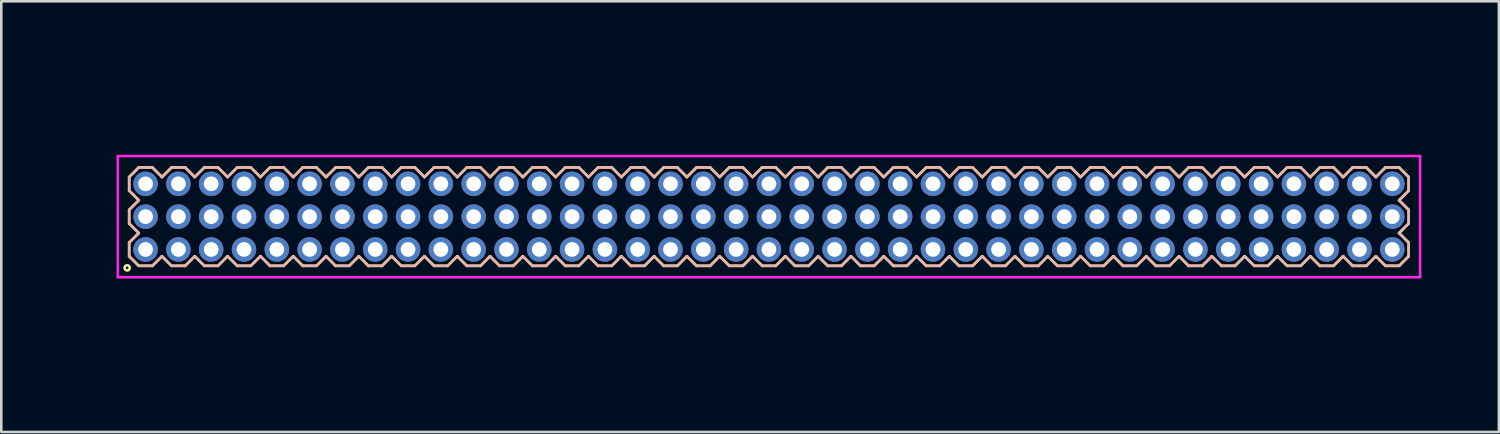
<source format=kicad_pcb>
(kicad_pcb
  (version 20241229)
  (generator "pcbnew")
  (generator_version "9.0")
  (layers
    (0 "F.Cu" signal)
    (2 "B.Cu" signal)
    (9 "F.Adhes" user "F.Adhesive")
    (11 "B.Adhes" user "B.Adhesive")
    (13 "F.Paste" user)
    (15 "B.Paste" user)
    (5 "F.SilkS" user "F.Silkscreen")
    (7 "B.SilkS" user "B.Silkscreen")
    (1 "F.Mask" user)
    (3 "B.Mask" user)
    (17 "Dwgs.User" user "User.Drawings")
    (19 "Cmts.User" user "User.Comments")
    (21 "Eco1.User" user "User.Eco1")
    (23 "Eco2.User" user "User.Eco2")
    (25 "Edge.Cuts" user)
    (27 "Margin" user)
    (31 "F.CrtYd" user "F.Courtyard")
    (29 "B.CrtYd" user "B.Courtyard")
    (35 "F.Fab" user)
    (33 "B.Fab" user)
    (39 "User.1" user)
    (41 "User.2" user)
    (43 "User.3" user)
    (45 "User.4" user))
  (footprint "HDR127P39x3"
    (layer "F.Cu")
    (at 26.715 5.336)
    (property "Reference" "HDR127P39x3" (at -25.955 0 90) (layer "User.1") (effects (font (size 1 1) (thickness 0.1))))
    (attr through_hole)
    (fp_line (start -24.765 -1.533) (end -24.393 -1.905) (stroke (width 0.1) (type solid)) (layer "F.SilkS"))
    (fp_line (start -24.765 -1.007) (end -24.765 -1.533) (stroke (width 0.1) (type solid)) (layer "F.SilkS"))
    (fp_line (start -24.765 -0.263) (end -24.393 -0.635) (stroke (width 0.1) (type solid)) (layer "F.SilkS"))
    (fp_line (start -24.765 0.263) (end -24.765 -0.263) (stroke (width 0.1) (type solid)) (layer "F.SilkS"))
    (fp_line (start -24.765 1.007) (end -24.393 0.635) (stroke (width 0.1) (type solid)) (layer "F.SilkS"))
    (fp_line (start -24.765 1.533) (end -24.765 1.007) (stroke (width 0.1) (type solid)) (layer "F.SilkS"))
    (fp_line (start -24.393 -1.905) (end -23.867 -1.905) (stroke (width 0.1) (type solid)) (layer "F.SilkS"))
    (fp_line (start -24.393 -0.635) (end -24.765 -1.007) (stroke (width 0.1) (type solid)) (layer "F.SilkS"))
    (fp_line (start -24.393 0.635) (end -24.765 0.263) (stroke (width 0.1) (type solid)) (layer "F.SilkS"))
    (fp_line (start -24.393 1.905) (end -24.765 1.533) (stroke (width 0.1) (type solid)) (layer "F.SilkS"))
    (fp_line (start -23.867 -1.905) (end -23.495 -1.533) (stroke (width 0.1) (type solid)) (layer "F.SilkS"))
    (fp_line (start -23.867 1.905) (end -24.393 1.905) (stroke (width 0.1) (type solid)) (layer "F.SilkS"))
    (fp_line (start -23.495 -1.533) (end -23.123 -1.905) (stroke (width 0.1) (type solid)) (layer "F.SilkS"))
    (fp_line (start -23.495 1.533) (end -23.867 1.905) (stroke (width 0.1) (type solid)) (layer "F.SilkS"))
    (fp_line (start -23.123 -1.905) (end -22.597 -1.905) (stroke (width 0.1) (type solid)) (layer "F.SilkS"))
    (fp_line (start -23.123 1.905) (end -23.495 1.533) (stroke (width 0.1) (type solid)) (layer "F.SilkS"))
    (fp_line (start -22.597 -1.905) (end -22.225 -1.533) (stroke (width 0.1) (type solid)) (layer "F.SilkS"))
    (fp_line (start -22.597 1.905) (end -23.123 1.905) (stroke (width 0.1) (type solid)) (layer "F.SilkS"))
    (fp_line (start -22.225 -1.533) (end -21.853 -1.905) (stroke (width 0.1) (type solid)) (layer "F.SilkS"))
    (fp_line (start -22.225 1.533) (end -22.597 1.905) (stroke (width 0.1) (type solid)) (layer "F.SilkS"))
    (fp_line (start -21.853 -1.905) (end -21.327 -1.905) (stroke (width 0.1) (type solid)) (layer "F.SilkS"))
    (fp_line (start -21.853 1.905) (end -22.225 1.533) (stroke (width 0.1) (type solid)) (layer "F.SilkS"))
    (fp_line (start -21.327 -1.905) (end -20.955 -1.533) (stroke (width 0.1) (type solid)) (layer "F.SilkS"))
    (fp_line (start -21.327 1.905) (end -21.853 1.905) (stroke (width 0.1) (type solid)) (layer "F.SilkS"))
    (fp_line (start -20.955 -1.533) (end -20.583 -1.905) (stroke (width 0.1) (type solid)) (layer "F.SilkS"))
    (fp_line (start -20.955 1.533) (end -21.327 1.905) (stroke (width 0.1) (type solid)) (layer "F.SilkS"))
    (fp_line (start -20.583 -1.905) (end -20.057 -1.905) (stroke (width 0.1) (type solid)) (layer "F.SilkS"))
    (fp_line (start -20.583 1.905) (end -20.955 1.533) (stroke (width 0.1) (type solid)) (layer "F.SilkS"))
    (fp_line (start -20.057 -1.905) (end -19.685 -1.533) (stroke (width 0.1) (type solid)) (layer "F.SilkS"))
    (fp_line (start -20.057 1.905) (end -20.583 1.905) (stroke (width 0.1) (type solid)) (layer "F.SilkS"))
    (fp_line (start -19.685 -1.533) (end -19.313 -1.905) (stroke (width 0.1) (type solid)) (layer "F.SilkS"))
    (fp_line (start -19.685 1.533) (end -20.057 1.905) (stroke (width 0.1) (type solid)) (layer "F.SilkS"))
    (fp_line (start -19.313 -1.905) (end -18.787 -1.905) (stroke (width 0.1) (type solid)) (layer "F.SilkS"))
    (fp_line (start -19.313 1.905) (end -19.685 1.533) (stroke (width 0.1) (type solid)) (layer "F.SilkS"))
    (fp_line (start -18.787 -1.905) (end -18.415 -1.533) (stroke (width 0.1) (type solid)) (layer "F.SilkS"))
    (fp_line (start -18.787 1.905) (end -19.313 1.905) (stroke (width 0.1) (type solid)) (layer "F.SilkS"))
    (fp_line (start -18.415 -1.533) (end -18.043 -1.905) (stroke (width 0.1) (type solid)) (layer "F.SilkS"))
    (fp_line (start -18.415 1.533) (end -18.787 1.905) (stroke (width 0.1) (type solid)) (layer "F.SilkS"))
    (fp_line (start -18.043 -1.905) (end -17.517 -1.905) (stroke (width 0.1) (type solid)) (layer "F.SilkS"))
    (fp_line (start -18.043 1.905) (end -18.415 1.533) (stroke (width 0.1) (type solid)) (layer "F.SilkS"))
    (fp_line (start -17.517 -1.905) (end -17.145 -1.533) (stroke (width 0.1) (type solid)) (layer "F.SilkS"))
    (fp_line (start -17.517 1.905) (end -18.043 1.905) (stroke (width 0.1) (type solid)) (layer "F.SilkS"))
    (fp_line (start -17.145 -1.533) (end -16.773 -1.905) (stroke (width 0.1) (type solid)) (layer "F.SilkS"))
    (fp_line (start -17.145 1.533) (end -17.517 1.905) (stroke (width 0.1) (type solid)) (layer "F.SilkS"))
    (fp_line (start -16.773 -1.905) (end -16.247 -1.905) (stroke (width 0.1) (type solid)) (layer "F.SilkS"))
    (fp_line (start -16.773 1.905) (end -17.145 1.533) (stroke (width 0.1) (type solid)) (layer "F.SilkS"))
    (fp_line (start -16.247 -1.905) (end -15.875 -1.533) (stroke (width 0.1) (type solid)) (layer "F.SilkS"))
    (fp_line (start -16.247 1.905) (end -16.773 1.905) (stroke (width 0.1) (type solid)) (layer "F.SilkS"))
    (fp_line (start -15.875 -1.533) (end -15.503 -1.905) (stroke (width 0.1) (type solid)) (layer "F.SilkS"))
    (fp_line (start -15.875 1.533) (end -16.247 1.905) (stroke (width 0.1) (type solid)) (layer "F.SilkS"))
    (fp_line (start -15.503 -1.905) (end -14.977 -1.905) (stroke (width 0.1) (type solid)) (layer "F.SilkS"))
    (fp_line (start -15.503 1.905) (end -15.875 1.533) (stroke (width 0.1) (type solid)) (layer "F.SilkS"))
    (fp_line (start -14.977 -1.905) (end -14.605 -1.533) (stroke (width 0.1) (type solid)) (layer "F.SilkS"))
    (fp_line (start -14.977 1.905) (end -15.503 1.905) (stroke (width 0.1) (type solid)) (layer "F.SilkS"))
    (fp_line (start -14.605 -1.533) (end -14.233 -1.905) (stroke (width 0.1) (type solid)) (layer "F.SilkS"))
    (fp_line (start -14.605 1.533) (end -14.977 1.905) (stroke (width 0.1) (type solid)) (layer "F.SilkS"))
    (fp_line (start -14.233 -1.905) (end -13.707 -1.905) (stroke (width 0.1) (type solid)) (layer "F.SilkS"))
    (fp_line (start -14.233 1.905) (end -14.605 1.533) (stroke (width 0.1) (type solid)) (layer "F.SilkS"))
    (fp_line (start -13.707 -1.905) (end -13.335 -1.533) (stroke (width 0.1) (type solid)) (layer "F.SilkS"))
    (fp_line (start -13.707 1.905) (end -14.233 1.905) (stroke (width 0.1) (type solid)) (layer "F.SilkS"))
    (fp_line (start -13.335 -1.533) (end -12.963 -1.905) (stroke (width 0.1) (type solid)) (layer "F.SilkS"))
    (fp_line (start -13.335 1.533) (end -13.707 1.905) (stroke (width 0.1) (type solid)) (layer "F.SilkS"))
    (fp_line (start -12.963 -1.905) (end -12.437 -1.905) (stroke (width 0.1) (type solid)) (layer "F.SilkS"))
    (fp_line (start -12.963 1.905) (end -13.335 1.533) (stroke (width 0.1) (type solid)) (layer "F.SilkS"))
    (fp_line (start -12.437 -1.905) (end -12.065 -1.533) (stroke (width 0.1) (type solid)) (layer "F.SilkS"))
    (fp_line (start -12.437 1.905) (end -12.963 1.905) (stroke (width 0.1) (type solid)) (layer "F.SilkS"))
    (fp_line (start -12.065 -1.533) (end -11.693 -1.905) (stroke (width 0.1) (type solid)) (layer "F.SilkS"))
    (fp_line (start -12.065 1.533) (end -12.437 1.905) (stroke (width 0.1) (type solid)) (layer "F.SilkS"))
    (fp_line (start -11.693 -1.905) (end -11.167 -1.905) (stroke (width 0.1) (type solid)) (layer "F.SilkS"))
    (fp_line (start -11.693 1.905) (end -12.065 1.533) (stroke (width 0.1) (type solid)) (layer "F.SilkS"))
    (fp_line (start -11.167 -1.905) (end -10.795 -1.533) (stroke (width 0.1) (type solid)) (layer "F.SilkS"))
    (fp_line (start -11.167 1.905) (end -11.693 1.905) (stroke (width 0.1) (type solid)) (layer "F.SilkS"))
    (fp_line (start -10.795 -1.533) (end -10.423 -1.905) (stroke (width 0.1) (type solid)) (layer "F.SilkS"))
    (fp_line (start -10.795 1.533) (end -11.167 1.905) (stroke (width 0.1) (type solid)) (layer "F.SilkS"))
    (fp_line (start -10.423 -1.905) (end -9.897 -1.905) (stroke (width 0.1) (type solid)) (layer "F.SilkS"))
    (fp_line (start -10.423 1.905) (end -10.795 1.533) (stroke (width 0.1) (type solid)) (layer "F.SilkS"))
    (fp_line (start -9.897 -1.905) (end -9.525 -1.533) (stroke (width 0.1) (type solid)) (layer "F.SilkS"))
    (fp_line (start -9.897 1.905) (end -10.423 1.905) (stroke (width 0.1) (type solid)) (layer "F.SilkS"))
    (fp_line (start -9.525 -1.533) (end -9.153 -1.905) (stroke (width 0.1) (type solid)) (layer "F.SilkS"))
    (fp_line (start -9.525 1.533) (end -9.897 1.905) (stroke (width 0.1) (type solid)) (layer "F.SilkS"))
    (fp_line (start -9.153 -1.905) (end -8.627 -1.905) (stroke (width 0.1) (type solid)) (layer "F.SilkS"))
    (fp_line (start -9.153 1.905) (end -9.525 1.533) (stroke (width 0.1) (type solid)) (layer "F.SilkS"))
    (fp_line (start -8.627 -1.905) (end -8.255 -1.533) (stroke (width 0.1) (type solid)) (layer "F.SilkS"))
    (fp_line (start -8.627 1.905) (end -9.153 1.905) (stroke (width 0.1) (type solid)) (layer "F.SilkS"))
    (fp_line (start -8.255 -1.533) (end -7.883 -1.905) (stroke (width 0.1) (type solid)) (layer "F.SilkS"))
    (fp_line (start -8.255 1.533) (end -8.627 1.905) (stroke (width 0.1) (type solid)) (layer "F.SilkS"))
    (fp_line (start -7.883 -1.905) (end -7.357 -1.905) (stroke (width 0.1) (type solid)) (layer "F.SilkS"))
    (fp_line (start -7.883 1.905) (end -8.255 1.533) (stroke (width 0.1) (type solid)) (layer "F.SilkS"))
    (fp_line (start -7.357 -1.905) (end -6.985 -1.533) (stroke (width 0.1) (type solid)) (layer "F.SilkS"))
    (fp_line (start -7.357 1.905) (end -7.883 1.905) (stroke (width 0.1) (type solid)) (layer "F.SilkS"))
    (fp_line (start -6.985 -1.533) (end -6.613 -1.905) (stroke (width 0.1) (type solid)) (layer "F.SilkS"))
    (fp_line (start -6.985 1.533) (end -7.357 1.905) (stroke (width 0.1) (type solid)) (layer "F.SilkS"))
    (fp_line (start -6.613 -1.905) (end -6.087 -1.905) (stroke (width 0.1) (type solid)) (layer "F.SilkS"))
    (fp_line (start -6.613 1.905) (end -6.985 1.533) (stroke (width 0.1) (type solid)) (layer "F.SilkS"))
    (fp_line (start -6.087 -1.905) (end -5.715 -1.533) (stroke (width 0.1) (type solid)) (layer "F.SilkS"))
    (fp_line (start -6.087 1.905) (end -6.613 1.905) (stroke (width 0.1) (type solid)) (layer "F.SilkS"))
    (fp_line (start -5.715 -1.533) (end -5.343 -1.905) (stroke (width 0.1) (type solid)) (layer "F.SilkS"))
    (fp_line (start -5.715 1.533) (end -6.087 1.905) (stroke (width 0.1) (type solid)) (layer "F.SilkS"))
    (fp_line (start -5.343 -1.905) (end -4.817 -1.905) (stroke (width 0.1) (type solid)) (layer "F.SilkS"))
    (fp_line (start -5.343 1.905) (end -5.715 1.533) (stroke (width 0.1) (type solid)) (layer "F.SilkS"))
    (fp_line (start -4.817 -1.905) (end -4.445 -1.533) (stroke (width 0.1) (type solid)) (layer "F.SilkS"))
    (fp_line (start -4.817 1.905) (end -5.343 1.905) (stroke (width 0.1) (type solid)) (layer "F.SilkS"))
    (fp_line (start -4.445 -1.533) (end -4.073 -1.905) (stroke (width 0.1) (type solid)) (layer "F.SilkS"))
    (fp_line (start -4.445 1.533) (end -4.817 1.905) (stroke (width 0.1) (type solid)) (layer "F.SilkS"))
    (fp_line (start -4.073 -1.905) (end -3.547 -1.905) (stroke (width 0.1) (type solid)) (layer "F.SilkS"))
    (fp_line (start -4.073 1.905) (end -4.445 1.533) (stroke (width 0.1) (type solid)) (layer "F.SilkS"))
    (fp_line (start -3.547 -1.905) (end -3.175 -1.533) (stroke (width 0.1) (type solid)) (layer "F.SilkS"))
    (fp_line (start -3.547 1.905) (end -4.073 1.905) (stroke (width 0.1) (type solid)) (layer "F.SilkS"))
    (fp_line (start -3.175 -1.533) (end -2.803 -1.905) (stroke (width 0.1) (type solid)) (layer "F.SilkS"))
    (fp_line (start -3.175 1.533) (end -3.547 1.905) (stroke (width 0.1) (type solid)) (layer "F.SilkS"))
    (fp_line (start -2.803 -1.905) (end -2.277 -1.905) (stroke (width 0.1) (type solid)) (layer "F.SilkS"))
    (fp_line (start -2.803 1.905) (end -3.175 1.533) (stroke (width 0.1) (type solid)) (layer "F.SilkS"))
    (fp_line (start -2.277 -1.905) (end -1.905 -1.533) (stroke (width 0.1) (type solid)) (layer "F.SilkS"))
    (fp_line (start -2.277 1.905) (end -2.803 1.905) (stroke (width 0.1) (type solid)) (layer "F.SilkS"))
    (fp_line (start -1.905 -1.533) (end -1.533 -1.905) (stroke (width 0.1) (type solid)) (layer "F.SilkS"))
    (fp_line (start -1.905 1.533) (end -2.277 1.905) (stroke (width 0.1) (type solid)) (layer "F.SilkS"))
    (fp_line (start -1.533 -1.905) (end -1.007 -1.905) (stroke (width 0.1) (type solid)) (layer "F.SilkS"))
    (fp_line (start -1.533 1.905) (end -1.905 1.533) (stroke (width 0.1) (type solid)) (layer "F.SilkS"))
    (fp_line (start -1.007 -1.905) (end -0.635 -1.533) (stroke (width 0.1) (type solid)) (layer "F.SilkS"))
    (fp_line (start -1.007 1.905) (end -1.533 1.905) (stroke (width 0.1) (type solid)) (layer "F.SilkS"))
    (fp_line (start -0.635 -1.533) (end -0.263 -1.905) (stroke (width 0.1) (type solid)) (layer "F.SilkS"))
    (fp_line (start -0.635 1.533) (end -1.007 1.905) (stroke (width 0.1) (type solid)) (layer "F.SilkS"))
    (fp_line (start -0.263 -1.905) (end 0.263 -1.905) (stroke (width 0.1) (type solid)) (layer "F.SilkS"))
    (fp_line (start -0.263 1.905) (end -0.635 1.533) (stroke (width 0.1) (type solid)) (layer "F.SilkS"))
    (fp_line (start 0.263 -1.905) (end 0.635 -1.533) (stroke (width 0.1) (type solid)) (layer "F.SilkS"))
    (fp_line (start 0.263 1.905) (end -0.263 1.905) (stroke (width 0.1) (type solid)) (layer "F.SilkS"))
    (fp_line (start 0.635 -1.533) (end 1.007 -1.905) (stroke (width 0.1) (type solid)) (layer "F.SilkS"))
    (fp_line (start 0.635 1.533) (end 0.263 1.905) (stroke (width 0.1) (type solid)) (layer "F.SilkS"))
    (fp_line (start 1.007 -1.905) (end 1.533 -1.905) (stroke (width 0.1) (type solid)) (layer "F.SilkS"))
    (fp_line (start 1.007 1.905) (end 0.635 1.533) (stroke (width 0.1) (type solid)) (layer "F.SilkS"))
    (fp_line (start 1.533 -1.905) (end 1.905 -1.533) (stroke (width 0.1) (type solid)) (layer "F.SilkS"))
    (fp_line (start 1.533 1.905) (end 1.007 1.905) (stroke (width 0.1) (type solid)) (layer "F.SilkS"))
    (fp_line (start 1.905 -1.533) (end 2.277 -1.905) (stroke (width 0.1) (type solid)) (layer "F.SilkS"))
    (fp_line (start 1.905 1.533) (end 1.533 1.905) (stroke (width 0.1) (type solid)) (layer "F.SilkS"))
    (fp_line (start 2.277 -1.905) (end 2.803 -1.905) (stroke (width 0.1) (type solid)) (layer "F.SilkS"))
    (fp_line (start 2.277 1.905) (end 1.905 1.533) (stroke (width 0.1) (type solid)) (layer "F.SilkS"))
    (fp_line (start 2.803 -1.905) (end 3.175 -1.533) (stroke (width 0.1) (type solid)) (layer "F.SilkS"))
    (fp_line (start 2.803 1.905) (end 2.277 1.905) (stroke (width 0.1) (type solid)) (layer "F.SilkS"))
    (fp_line (start 3.175 -1.533) (end 3.547 -1.905) (stroke (width 0.1) (type solid)) (layer "F.SilkS"))
    (fp_line (start 3.175 1.533) (end 2.803 1.905) (stroke (width 0.1) (type solid)) (layer "F.SilkS"))
    (fp_line (start 3.547 -1.905) (end 4.073 -1.905) (stroke (width 0.1) (type solid)) (layer "F.SilkS"))
    (fp_line (start 3.547 1.905) (end 3.175 1.533) (stroke (width 0.1) (type solid)) (layer "F.SilkS"))
    (fp_line (start 4.073 -1.905) (end 4.445 -1.533) (stroke (width 0.1) (type solid)) (layer "F.SilkS"))
    (fp_line (start 4.073 1.905) (end 3.547 1.905) (stroke (width 0.1) (type solid)) (layer "F.SilkS"))
    (fp_line (start 4.445 -1.533) (end 4.817 -1.905) (stroke (width 0.1) (type solid)) (layer "F.SilkS"))
    (fp_line (start 4.445 1.533) (end 4.073 1.905) (stroke (width 0.1) (type solid)) (layer "F.SilkS"))
    (fp_line (start 4.817 -1.905) (end 5.343 -1.905) (stroke (width 0.1) (type solid)) (layer "F.SilkS"))
    (fp_line (start 4.817 1.905) (end 4.445 1.533) (stroke (width 0.1) (type solid)) (layer "F.SilkS"))
    (fp_line (start 5.343 -1.905) (end 5.715 -1.533) (stroke (width 0.1) (type solid)) (layer "F.SilkS"))
    (fp_line (start 5.343 1.905) (end 4.817 1.905) (stroke (width 0.1) (type solid)) (layer "F.SilkS"))
    (fp_line (start 5.715 -1.533) (end 6.087 -1.905) (stroke (width 0.1) (type solid)) (layer "F.SilkS"))
    (fp_line (start 5.715 1.533) (end 5.343 1.905) (stroke (width 0.1) (type solid)) (layer "F.SilkS"))
    (fp_line (start 6.087 -1.905) (end 6.613 -1.905) (stroke (width 0.1) (type solid)) (layer "F.SilkS"))
    (fp_line (start 6.087 1.905) (end 5.715 1.533) (stroke (width 0.1) (type solid)) (layer "F.SilkS"))
    (fp_line (start 6.613 -1.905) (end 6.985 -1.533) (stroke (width 0.1) (type solid)) (layer "F.SilkS"))
    (fp_line (start 6.613 1.905) (end 6.087 1.905) (stroke (width 0.1) (type solid)) (layer "F.SilkS"))
    (fp_line (start 6.985 -1.533) (end 7.357 -1.905) (stroke (width 0.1) (type solid)) (layer "F.SilkS"))
    (fp_line (start 6.985 1.533) (end 6.613 1.905) (stroke (width 0.1) (type solid)) (layer "F.SilkS"))
    (fp_line (start 7.357 -1.905) (end 7.883 -1.905) (stroke (width 0.1) (type solid)) (layer "F.SilkS"))
    (fp_line (start 7.357 1.905) (end 6.985 1.533) (stroke (width 0.1) (type solid)) (layer "F.SilkS"))
    (fp_line (start 7.883 -1.905) (end 8.255 -1.533) (stroke (width 0.1) (type solid)) (layer "F.SilkS"))
    (fp_line (start 7.883 1.905) (end 7.357 1.905) (stroke (width 0.1) (type solid)) (layer "F.SilkS"))
    (fp_line (start 8.255 -1.533) (end 8.627 -1.905) (stroke (width 0.1) (type solid)) (layer "F.SilkS"))
    (fp_line (start 8.255 1.533) (end 7.883 1.905) (stroke (width 0.1) (type solid)) (layer "F.SilkS"))
    (fp_line (start 8.627 -1.905) (end 9.153 -1.905) (stroke (width 0.1) (type solid)) (layer "F.SilkS"))
    (fp_line (start 8.627 1.905) (end 8.255 1.533) (stroke (width 0.1) (type solid)) (layer "F.SilkS"))
    (fp_line (start 9.153 -1.905) (end 9.525 -1.533) (stroke (width 0.1) (type solid)) (layer "F.SilkS"))
    (fp_line (start 9.153 1.905) (end 8.627 1.905) (stroke (width 0.1) (type solid)) (layer "F.SilkS"))
    (fp_line (start 9.525 -1.533) (end 9.897 -1.905) (stroke (width 0.1) (type solid)) (layer "F.SilkS"))
    (fp_line (start 9.525 1.533) (end 9.153 1.905) (stroke (width 0.1) (type solid)) (layer "F.SilkS"))
    (fp_line (start 9.897 -1.905) (end 10.423 -1.905) (stroke (width 0.1) (type solid)) (layer "F.SilkS"))
    (fp_line (start 9.897 1.905) (end 9.525 1.533) (stroke (width 0.1) (type solid)) (layer "F.SilkS"))
    (fp_line (start 10.423 -1.905) (end 10.795 -1.533) (stroke (width 0.1) (type solid)) (layer "F.SilkS"))
    (fp_line (start 10.423 1.905) (end 9.897 1.905) (stroke (width 0.1) (type solid)) (layer "F.SilkS"))
    (fp_line (start 10.795 -1.533) (end 11.167 -1.905) (stroke (width 0.1) (type solid)) (layer "F.SilkS"))
    (fp_line (start 10.795 1.533) (end 10.423 1.905) (stroke (width 0.1) (type solid)) (layer "F.SilkS"))
    (fp_line (start 11.167 -1.905) (end 11.693 -1.905) (stroke (width 0.1) (type solid)) (layer "F.SilkS"))
    (fp_line (start 11.167 1.905) (end 10.795 1.533) (stroke (width 0.1) (type solid)) (layer "F.SilkS"))
    (fp_line (start 11.693 -1.905) (end 12.065 -1.533) (stroke (width 0.1) (type solid)) (layer "F.SilkS"))
    (fp_line (start 11.693 1.905) (end 11.167 1.905) (stroke (width 0.1) (type solid)) (layer "F.SilkS"))
    (fp_line (start 12.065 -1.533) (end 12.437 -1.905) (stroke (width 0.1) (type solid)) (layer "F.SilkS"))
    (fp_line (start 12.065 1.533) (end 11.693 1.905) (stroke (width 0.1) (type solid)) (layer "F.SilkS"))
    (fp_line (start 12.437 -1.905) (end 12.963 -1.905) (stroke (width 0.1) (type solid)) (layer "F.SilkS"))
    (fp_line (start 12.437 1.905) (end 12.065 1.533) (stroke (width 0.1) (type solid)) (layer "F.SilkS"))
    (fp_line (start 12.963 -1.905) (end 13.335 -1.533) (stroke (width 0.1) (type solid)) (layer "F.SilkS"))
    (fp_line (start 12.963 1.905) (end 12.437 1.905) (stroke (width 0.1) (type solid)) (layer "F.SilkS"))
    (fp_line (start 13.335 -1.533) (end 13.707 -1.905) (stroke (width 0.1) (type solid)) (layer "F.SilkS"))
    (fp_line (start 13.335 1.533) (end 12.963 1.905) (stroke (width 0.1) (type solid)) (layer "F.SilkS"))
    (fp_line (start 13.707 -1.905) (end 14.233 -1.905) (stroke (width 0.1) (type solid)) (layer "F.SilkS"))
    (fp_line (start 13.707 1.905) (end 13.335 1.533) (stroke (width 0.1) (type solid)) (layer "F.SilkS"))
    (fp_line (start 14.233 -1.905) (end 14.605 -1.533) (stroke (width 0.1) (type solid)) (layer "F.SilkS"))
    (fp_line (start 14.233 1.905) (end 13.707 1.905) (stroke (width 0.1) (type solid)) (layer "F.SilkS"))
    (fp_line (start 14.605 -1.533) (end 14.977 -1.905) (stroke (width 0.1) (type solid)) (layer "F.SilkS"))
    (fp_line (start 14.605 1.533) (end 14.233 1.905) (stroke (width 0.1) (type solid)) (layer "F.SilkS"))
    (fp_line (start 14.977 -1.905) (end 15.503 -1.905) (stroke (width 0.1) (type solid)) (layer "F.SilkS"))
    (fp_line (start 14.977 1.905) (end 14.605 1.533) (stroke (width 0.1) (type solid)) (layer "F.SilkS"))
    (fp_line (start 15.503 -1.905) (end 15.875 -1.533) (stroke (width 0.1) (type solid)) (layer "F.SilkS"))
    (fp_line (start 15.503 1.905) (end 14.977 1.905) (stroke (width 0.1) (type solid)) (layer "F.SilkS"))
    (fp_line (start 15.875 -1.533) (end 16.247 -1.905) (stroke (width 0.1) (type solid)) (layer "F.SilkS"))
    (fp_line (start 15.875 1.533) (end 15.503 1.905) (stroke (width 0.1) (type solid)) (layer "F.SilkS"))
    (fp_line (start 16.247 -1.905) (end 16.773 -1.905) (stroke (width 0.1) (type solid)) (layer "F.SilkS"))
    (fp_line (start 16.247 1.905) (end 15.875 1.533) (stroke (width 0.1) (type solid)) (layer "F.SilkS"))
    (fp_line (start 16.773 -1.905) (end 17.145 -1.533) (stroke (width 0.1) (type solid)) (layer "F.SilkS"))
    (fp_line (start 16.773 1.905) (end 16.247 1.905) (stroke (width 0.1) (type solid)) (layer "F.SilkS"))
    (fp_line (start 17.145 -1.533) (end 17.517 -1.905) (stroke (width 0.1) (type solid)) (layer "F.SilkS"))
    (fp_line (start 17.145 1.533) (end 16.773 1.905) (stroke (width 0.1) (type solid)) (layer "F.SilkS"))
    (fp_line (start 17.517 -1.905) (end 18.043 -1.905) (stroke (width 0.1) (type solid)) (layer "F.SilkS"))
    (fp_line (start 17.517 1.905) (end 17.145 1.533) (stroke (width 0.1) (type solid)) (layer "F.SilkS"))
    (fp_line (start 18.043 -1.905) (end 18.415 -1.533) (stroke (width 0.1) (type solid)) (layer "F.SilkS"))
    (fp_line (start 18.043 1.905) (end 17.517 1.905) (stroke (width 0.1) (type solid)) (layer "F.SilkS"))
    (fp_line (start 18.415 -1.533) (end 18.787 -1.905) (stroke (width 0.1) (type solid)) (layer "F.SilkS"))
    (fp_line (start 18.415 1.533) (end 18.043 1.905) (stroke (width 0.1) (type solid)) (layer "F.SilkS"))
    (fp_line (start 18.787 -1.905) (end 19.313 -1.905) (stroke (width 0.1) (type solid)) (layer "F.SilkS"))
    (fp_line (start 18.787 1.905) (end 18.415 1.533) (stroke (width 0.1) (type solid)) (layer "F.SilkS"))
    (fp_line (start 19.313 -1.905) (end 19.685 -1.533) (stroke (width 0.1) (type solid)) (layer "F.SilkS"))
    (fp_line (start 19.313 1.905) (end 18.787 1.905) (stroke (width 0.1) (type solid)) (layer "F.SilkS"))
    (fp_line (start 19.685 -1.533) (end 20.057 -1.905) (stroke (width 0.1) (type solid)) (layer "F.SilkS"))
    (fp_line (start 19.685 1.533) (end 19.313 1.905) (stroke (width 0.1) (type solid)) (layer "F.SilkS"))
    (fp_line (start 20.057 -1.905) (end 20.583 -1.905) (stroke (width 0.1) (type solid)) (layer "F.SilkS"))
    (fp_line (start 20.057 1.905) (end 19.685 1.533) (stroke (width 0.1) (type solid)) (layer "F.SilkS"))
    (fp_line (start 20.583 -1.905) (end 20.955 -1.533) (stroke (width 0.1) (type solid)) (layer "F.SilkS"))
    (fp_line (start 20.583 1.905) (end 20.057 1.905) (stroke (width 0.1) (type solid)) (layer "F.SilkS"))
    (fp_line (start 20.955 -1.533) (end 21.327 -1.905) (stroke (width 0.1) (type solid)) (layer "F.SilkS"))
    (fp_line (start 20.955 1.533) (end 20.583 1.905) (stroke (width 0.1) (type solid)) (layer "F.SilkS"))
    (fp_line (start 21.327 -1.905) (end 21.853 -1.905) (stroke (width 0.1) (type solid)) (layer "F.SilkS"))
    (fp_line (start 21.327 1.905) (end 20.955 1.533) (stroke (width 0.1) (type solid)) (layer "F.SilkS"))
    (fp_line (start 21.853 -1.905) (end 22.225 -1.533) (stroke (width 0.1) (type solid)) (layer "F.SilkS"))
    (fp_line (start 21.853 1.905) (end 21.327 1.905) (stroke (width 0.1) (type solid)) (layer "F.SilkS"))
    (fp_line (start 22.225 -1.533) (end 22.597 -1.905) (stroke (width 0.1) (type solid)) (layer "F.SilkS"))
    (fp_line (start 22.225 1.533) (end 21.853 1.905) (stroke (width 0.1) (type solid)) (layer "F.SilkS"))
    (fp_line (start 22.597 -1.905) (end 23.123 -1.905) (stroke (width 0.1) (type solid)) (layer "F.SilkS"))
    (fp_line (start 22.597 1.905) (end 22.225 1.533) (stroke (width 0.1) (type solid)) (layer "F.SilkS"))
    (fp_line (start 23.123 -1.905) (end 23.495 -1.533) (stroke (width 0.1) (type solid)) (layer "F.SilkS"))
    (fp_line (start 23.123 1.905) (end 22.597 1.905) (stroke (width 0.1) (type solid)) (layer "F.SilkS"))
    (fp_line (start 23.495 -1.533) (end 23.867 -1.905) (stroke (width 0.1) (type solid)) (layer "F.SilkS"))
    (fp_line (start 23.495 1.533) (end 23.123 1.905) (stroke (width 0.1) (type solid)) (layer "F.SilkS"))
    (fp_line (start 23.867 -1.905) (end 24.393 -1.905) (stroke (width 0.1) (type solid)) (layer "F.SilkS"))
    (fp_line (start 23.867 1.905) (end 23.495 1.533) (stroke (width 0.1) (type solid)) (layer "F.SilkS"))
    (fp_line (start 24.393 -1.905) (end 24.765 -1.533) (stroke (width 0.1) (type solid)) (layer "F.SilkS"))
    (fp_line (start 24.393 -0.635) (end 24.765 -0.263) (stroke (width 0.1) (type solid)) (layer "F.SilkS"))
    (fp_line (start 24.393 0.635) (end 24.765 1.007) (stroke (width 0.1) (type solid)) (layer "F.SilkS"))
    (fp_line (start 24.393 1.905) (end 23.867 1.905) (stroke (width 0.1) (type solid)) (layer "F.SilkS"))
    (fp_line (start 24.765 -1.533) (end 24.765 -1.007) (stroke (width 0.1) (type solid)) (layer "F.SilkS"))
    (fp_line (start 24.765 -1.007) (end 24.393 -0.635) (stroke (width 0.1) (type solid)) (layer "F.SilkS"))
    (fp_line (start 24.765 -0.263) (end 24.765 0.263) (stroke (width 0.1) (type solid)) (layer "F.SilkS"))
    (fp_line (start 24.765 0.263) (end 24.393 0.635) (stroke (width 0.1) (type solid)) (layer "F.SilkS"))
    (fp_line (start 24.765 1.007) (end 24.765 1.533) (stroke (width 0.1) (type solid)) (layer "F.SilkS"))
    (fp_line (start 24.765 1.533) (end 24.393 1.905) (stroke (width 0.1) (type solid)) (layer "F.SilkS"))
    (fp_circle (center -24.843 1.983) (end -24.742 1.983) (stroke (width 0.1) (type solid)) (fill no) (layer "F.SilkS"))
    (fp_line (start -24.765 -1.533) (end -24.393 -1.905) (stroke (width 0.1) (type solid)) (layer "B.SilkS"))
    (fp_line (start -24.765 -1.007) (end -24.765 -1.533) (stroke (width 0.1) (type solid)) (layer "B.SilkS"))
    (fp_line (start -24.765 -0.263) (end -24.393 -0.635) (stroke (width 0.1) (type solid)) (layer "B.SilkS"))
    (fp_line (start -24.765 0.263) (end -24.765 -0.263) (stroke (width 0.1) (type solid)) (layer "B.SilkS"))
    (fp_line (start -24.765 1.007) (end -24.393 0.635) (stroke (width 0.1) (type solid)) (layer "B.SilkS"))
    (fp_line (start -24.765 1.533) (end -24.765 1.007) (stroke (width 0.1) (type solid)) (layer "B.SilkS"))
    (fp_line (start -24.393 -1.905) (end -23.867 -1.905) (stroke (width 0.1) (type solid)) (layer "B.SilkS"))
    (fp_line (start -24.393 -0.635) (end -24.765 -1.007) (stroke (width 0.1) (type solid)) (layer "B.SilkS"))
    (fp_line (start -24.393 0.635) (end -24.765 0.263) (stroke (width 0.1) (type solid)) (layer "B.SilkS"))
    (fp_line (start -24.393 1.905) (end -24.765 1.533) (stroke (width 0.1) (type solid)) (layer "B.SilkS"))
    (fp_line (start -23.867 -1.905) (end -23.495 -1.533) (stroke (width 0.1) (type solid)) (layer "B.SilkS"))
    (fp_line (start -23.867 1.905) (end -24.393 1.905) (stroke (width 0.1) (type solid)) (layer "B.SilkS"))
    (fp_line (start -23.495 -1.533) (end -23.123 -1.905) (stroke (width 0.1) (type solid)) (layer "B.SilkS"))
    (fp_line (start -23.495 1.533) (end -23.867 1.905) (stroke (width 0.1) (type solid)) (layer "B.SilkS"))
    (fp_line (start -23.123 -1.905) (end -22.597 -1.905) (stroke (width 0.1) (type solid)) (layer "B.SilkS"))
    (fp_line (start -23.123 1.905) (end -23.495 1.533) (stroke (width 0.1) (type solid)) (layer "B.SilkS"))
    (fp_line (start -22.597 -1.905) (end -22.225 -1.533) (stroke (width 0.1) (type solid)) (layer "B.SilkS"))
    (fp_line (start -22.597 1.905) (end -23.123 1.905) (stroke (width 0.1) (type solid)) (layer "B.SilkS"))
    (fp_line (start -22.225 -1.533) (end -21.853 -1.905) (stroke (width 0.1) (type solid)) (layer "B.SilkS"))
    (fp_line (start -22.225 1.533) (end -22.597 1.905) (stroke (width 0.1) (type solid)) (layer "B.SilkS"))
    (fp_line (start -21.853 -1.905) (end -21.327 -1.905) (stroke (width 0.1) (type solid)) (layer "B.SilkS"))
    (fp_line (start -21.853 1.905) (end -22.225 1.533) (stroke (width 0.1) (type solid)) (layer "B.SilkS"))
    (fp_line (start -21.327 -1.905) (end -20.955 -1.533) (stroke (width 0.1) (type solid)) (layer "B.SilkS"))
    (fp_line (start -21.327 1.905) (end -21.853 1.905) (stroke (width 0.1) (type solid)) (layer "B.SilkS"))
    (fp_line (start -20.955 -1.533) (end -20.583 -1.905) (stroke (width 0.1) (type solid)) (layer "B.SilkS"))
    (fp_line (start -20.955 1.533) (end -21.327 1.905) (stroke (width 0.1) (type solid)) (layer "B.SilkS"))
    (fp_line (start -20.583 -1.905) (end -20.057 -1.905) (stroke (width 0.1) (type solid)) (layer "B.SilkS"))
    (fp_line (start -20.583 1.905) (end -20.955 1.533) (stroke (width 0.1) (type solid)) (layer "B.SilkS"))
    (fp_line (start -20.057 -1.905) (end -19.685 -1.533) (stroke (width 0.1) (type solid)) (layer "B.SilkS"))
    (fp_line (start -20.057 1.905) (end -20.583 1.905) (stroke (width 0.1) (type solid)) (layer "B.SilkS"))
    (fp_line (start -19.685 -1.533) (end -19.313 -1.905) (stroke (width 0.1) (type solid)) (layer "B.SilkS"))
    (fp_line (start -19.685 1.533) (end -20.057 1.905) (stroke (width 0.1) (type solid)) (layer "B.SilkS"))
    (fp_line (start -19.313 -1.905) (end -18.787 -1.905) (stroke (width 0.1) (type solid)) (layer "B.SilkS"))
    (fp_line (start -19.313 1.905) (end -19.685 1.533) (stroke (width 0.1) (type solid)) (layer "B.SilkS"))
    (fp_line (start -18.787 -1.905) (end -18.415 -1.533) (stroke (width 0.1) (type solid)) (layer "B.SilkS"))
    (fp_line (start -18.787 1.905) (end -19.313 1.905) (stroke (width 0.1) (type solid)) (layer "B.SilkS"))
    (fp_line (start -18.415 -1.533) (end -18.043 -1.905) (stroke (width 0.1) (type solid)) (layer "B.SilkS"))
    (fp_line (start -18.415 1.533) (end -18.787 1.905) (stroke (width 0.1) (type solid)) (layer "B.SilkS"))
    (fp_line (start -18.043 -1.905) (end -17.517 -1.905) (stroke (width 0.1) (type solid)) (layer "B.SilkS"))
    (fp_line (start -18.043 1.905) (end -18.415 1.533) (stroke (width 0.1) (type solid)) (layer "B.SilkS"))
    (fp_line (start -17.517 -1.905) (end -17.145 -1.533) (stroke (width 0.1) (type solid)) (layer "B.SilkS"))
    (fp_line (start -17.517 1.905) (end -18.043 1.905) (stroke (width 0.1) (type solid)) (layer "B.SilkS"))
    (fp_line (start -17.145 -1.533) (end -16.773 -1.905) (stroke (width 0.1) (type solid)) (layer "B.SilkS"))
    (fp_line (start -17.145 1.533) (end -17.517 1.905) (stroke (width 0.1) (type solid)) (layer "B.SilkS"))
    (fp_line (start -16.773 -1.905) (end -16.247 -1.905) (stroke (width 0.1) (type solid)) (layer "B.SilkS"))
    (fp_line (start -16.773 1.905) (end -17.145 1.533) (stroke (width 0.1) (type solid)) (layer "B.SilkS"))
    (fp_line (start -16.247 -1.905) (end -15.875 -1.533) (stroke (width 0.1) (type solid)) (layer "B.SilkS"))
    (fp_line (start -16.247 1.905) (end -16.773 1.905) (stroke (width 0.1) (type solid)) (layer "B.SilkS"))
    (fp_line (start -15.875 -1.533) (end -15.503 -1.905) (stroke (width 0.1) (type solid)) (layer "B.SilkS"))
    (fp_line (start -15.875 1.533) (end -16.247 1.905) (stroke (width 0.1) (type solid)) (layer "B.SilkS"))
    (fp_line (start -15.503 -1.905) (end -14.977 -1.905) (stroke (width 0.1) (type solid)) (layer "B.SilkS"))
    (fp_line (start -15.503 1.905) (end -15.875 1.533) (stroke (width 0.1) (type solid)) (layer "B.SilkS"))
    (fp_line (start -14.977 -1.905) (end -14.605 -1.533) (stroke (width 0.1) (type solid)) (layer "B.SilkS"))
    (fp_line (start -14.977 1.905) (end -15.503 1.905) (stroke (width 0.1) (type solid)) (layer "B.SilkS"))
    (fp_line (start -14.605 -1.533) (end -14.233 -1.905) (stroke (width 0.1) (type solid)) (layer "B.SilkS"))
    (fp_line (start -14.605 1.533) (end -14.977 1.905) (stroke (width 0.1) (type solid)) (layer "B.SilkS"))
    (fp_line (start -14.233 -1.905) (end -13.707 -1.905) (stroke (width 0.1) (type solid)) (layer "B.SilkS"))
    (fp_line (start -14.233 1.905) (end -14.605 1.533) (stroke (width 0.1) (type solid)) (layer "B.SilkS"))
    (fp_line (start -13.707 -1.905) (end -13.335 -1.533) (stroke (width 0.1) (type solid)) (layer "B.SilkS"))
    (fp_line (start -13.707 1.905) (end -14.233 1.905) (stroke (width 0.1) (type solid)) (layer "B.SilkS"))
    (fp_line (start -13.335 -1.533) (end -12.963 -1.905) (stroke (width 0.1) (type solid)) (layer "B.SilkS"))
    (fp_line (start -13.335 1.533) (end -13.707 1.905) (stroke (width 0.1) (type solid)) (layer "B.SilkS"))
    (fp_line (start -12.963 -1.905) (end -12.437 -1.905) (stroke (width 0.1) (type solid)) (layer "B.SilkS"))
    (fp_line (start -12.963 1.905) (end -13.335 1.533) (stroke (width 0.1) (type solid)) (layer "B.SilkS"))
    (fp_line (start -12.437 -1.905) (end -12.065 -1.533) (stroke (width 0.1) (type solid)) (layer "B.SilkS"))
    (fp_line (start -12.437 1.905) (end -12.963 1.905) (stroke (width 0.1) (type solid)) (layer "B.SilkS"))
    (fp_line (start -12.065 -1.533) (end -11.693 -1.905) (stroke (width 0.1) (type solid)) (layer "B.SilkS"))
    (fp_line (start -12.065 1.533) (end -12.437 1.905) (stroke (width 0.1) (type solid)) (layer "B.SilkS"))
    (fp_line (start -11.693 -1.905) (end -11.167 -1.905) (stroke (width 0.1) (type solid)) (layer "B.SilkS"))
    (fp_line (start -11.693 1.905) (end -12.065 1.533) (stroke (width 0.1) (type solid)) (layer "B.SilkS"))
    (fp_line (start -11.167 -1.905) (end -10.795 -1.533) (stroke (width 0.1) (type solid)) (layer "B.SilkS"))
    (fp_line (start -11.167 1.905) (end -11.693 1.905) (stroke (width 0.1) (type solid)) (layer "B.SilkS"))
    (fp_line (start -10.795 -1.533) (end -10.423 -1.905) (stroke (width 0.1) (type solid)) (layer "B.SilkS"))
    (fp_line (start -10.795 1.533) (end -11.167 1.905) (stroke (width 0.1) (type solid)) (layer "B.SilkS"))
    (fp_line (start -10.423 -1.905) (end -9.897 -1.905) (stroke (width 0.1) (type solid)) (layer "B.SilkS"))
    (fp_line (start -10.423 1.905) (end -10.795 1.533) (stroke (width 0.1) (type solid)) (layer "B.SilkS"))
    (fp_line (start -9.897 -1.905) (end -9.525 -1.533) (stroke (width 0.1) (type solid)) (layer "B.SilkS"))
    (fp_line (start -9.897 1.905) (end -10.423 1.905) (stroke (width 0.1) (type solid)) (layer "B.SilkS"))
    (fp_line (start -9.525 -1.533) (end -9.153 -1.905) (stroke (width 0.1) (type solid)) (layer "B.SilkS"))
    (fp_line (start -9.525 1.533) (end -9.897 1.905) (stroke (width 0.1) (type solid)) (layer "B.SilkS"))
    (fp_line (start -9.153 -1.905) (end -8.627 -1.905) (stroke (width 0.1) (type solid)) (layer "B.SilkS"))
    (fp_line (start -9.153 1.905) (end -9.525 1.533) (stroke (width 0.1) (type solid)) (layer "B.SilkS"))
    (fp_line (start -8.627 -1.905) (end -8.255 -1.533) (stroke (width 0.1) (type solid)) (layer "B.SilkS"))
    (fp_line (start -8.627 1.905) (end -9.153 1.905) (stroke (width 0.1) (type solid)) (layer "B.SilkS"))
    (fp_line (start -8.255 -1.533) (end -7.883 -1.905) (stroke (width 0.1) (type solid)) (layer "B.SilkS"))
    (fp_line (start -8.255 1.533) (end -8.627 1.905) (stroke (width 0.1) (type solid)) (layer "B.SilkS"))
    (fp_line (start -7.883 -1.905) (end -7.357 -1.905) (stroke (width 0.1) (type solid)) (layer "B.SilkS"))
    (fp_line (start -7.883 1.905) (end -8.255 1.533) (stroke (width 0.1) (type solid)) (layer "B.SilkS"))
    (fp_line (start -7.357 -1.905) (end -6.985 -1.533) (stroke (width 0.1) (type solid)) (layer "B.SilkS"))
    (fp_line (start -7.357 1.905) (end -7.883 1.905) (stroke (width 0.1) (type solid)) (layer "B.SilkS"))
    (fp_line (start -6.985 -1.533) (end -6.613 -1.905) (stroke (width 0.1) (type solid)) (layer "B.SilkS"))
    (fp_line (start -6.985 1.533) (end -7.357 1.905) (stroke (width 0.1) (type solid)) (layer "B.SilkS"))
    (fp_line (start -6.613 -1.905) (end -6.087 -1.905) (stroke (width 0.1) (type solid)) (layer "B.SilkS"))
    (fp_line (start -6.613 1.905) (end -6.985 1.533) (stroke (width 0.1) (type solid)) (layer "B.SilkS"))
    (fp_line (start -6.087 -1.905) (end -5.715 -1.533) (stroke (width 0.1) (type solid)) (layer "B.SilkS"))
    (fp_line (start -6.087 1.905) (end -6.613 1.905) (stroke (width 0.1) (type solid)) (layer "B.SilkS"))
    (fp_line (start -5.715 -1.533) (end -5.343 -1.905) (stroke (width 0.1) (type solid)) (layer "B.SilkS"))
    (fp_line (start -5.715 1.533) (end -6.087 1.905) (stroke (width 0.1) (type solid)) (layer "B.SilkS"))
    (fp_line (start -5.343 -1.905) (end -4.817 -1.905) (stroke (width 0.1) (type solid)) (layer "B.SilkS"))
    (fp_line (start -5.343 1.905) (end -5.715 1.533) (stroke (width 0.1) (type solid)) (layer "B.SilkS"))
    (fp_line (start -4.817 -1.905) (end -4.445 -1.533) (stroke (width 0.1) (type solid)) (layer "B.SilkS"))
    (fp_line (start -4.817 1.905) (end -5.343 1.905) (stroke (width 0.1) (type solid)) (layer "B.SilkS"))
    (fp_line (start -4.445 -1.533) (end -4.073 -1.905) (stroke (width 0.1) (type solid)) (layer "B.SilkS"))
    (fp_line (start -4.445 1.533) (end -4.817 1.905) (stroke (width 0.1) (type solid)) (layer "B.SilkS"))
    (fp_line (start -4.073 -1.905) (end -3.547 -1.905) (stroke (width 0.1) (type solid)) (layer "B.SilkS"))
    (fp_line (start -4.073 1.905) (end -4.445 1.533) (stroke (width 0.1) (type solid)) (layer "B.SilkS"))
    (fp_line (start -3.547 -1.905) (end -3.175 -1.533) (stroke (width 0.1) (type solid)) (layer "B.SilkS"))
    (fp_line (start -3.547 1.905) (end -4.073 1.905) (stroke (width 0.1) (type solid)) (layer "B.SilkS"))
    (fp_line (start -3.175 -1.533) (end -2.803 -1.905) (stroke (width 0.1) (type solid)) (layer "B.SilkS"))
    (fp_line (start -3.175 1.533) (end -3.547 1.905) (stroke (width 0.1) (type solid)) (layer "B.SilkS"))
    (fp_line (start -2.803 -1.905) (end -2.277 -1.905) (stroke (width 0.1) (type solid)) (layer "B.SilkS"))
    (fp_line (start -2.803 1.905) (end -3.175 1.533) (stroke (width 0.1) (type solid)) (layer "B.SilkS"))
    (fp_line (start -2.277 -1.905) (end -1.905 -1.533) (stroke (width 0.1) (type solid)) (layer "B.SilkS"))
    (fp_line (start -2.277 1.905) (end -2.803 1.905) (stroke (width 0.1) (type solid)) (layer "B.SilkS"))
    (fp_line (start -1.905 -1.533) (end -1.533 -1.905) (stroke (width 0.1) (type solid)) (layer "B.SilkS"))
    (fp_line (start -1.905 1.533) (end -2.277 1.905) (stroke (width 0.1) (type solid)) (layer "B.SilkS"))
    (fp_line (start -1.533 -1.905) (end -1.007 -1.905) (stroke (width 0.1) (type solid)) (layer "B.SilkS"))
    (fp_line (start -1.533 1.905) (end -1.905 1.533) (stroke (width 0.1) (type solid)) (layer "B.SilkS"))
    (fp_line (start -1.007 -1.905) (end -0.635 -1.533) (stroke (width 0.1) (type solid)) (layer "B.SilkS"))
    (fp_line (start -1.007 1.905) (end -1.533 1.905) (stroke (width 0.1) (type solid)) (layer "B.SilkS"))
    (fp_line (start -0.635 -1.533) (end -0.263 -1.905) (stroke (width 0.1) (type solid)) (layer "B.SilkS"))
    (fp_line (start -0.635 1.533) (end -1.007 1.905) (stroke (width 0.1) (type solid)) (layer "B.SilkS"))
    (fp_line (start -0.263 -1.905) (end 0.263 -1.905) (stroke (width 0.1) (type solid)) (layer "B.SilkS"))
    (fp_line (start -0.263 1.905) (end -0.635 1.533) (stroke (width 0.1) (type solid)) (layer "B.SilkS"))
    (fp_line (start 0.263 -1.905) (end 0.635 -1.533) (stroke (width 0.1) (type solid)) (layer "B.SilkS"))
    (fp_line (start 0.263 1.905) (end -0.263 1.905) (stroke (width 0.1) (type solid)) (layer "B.SilkS"))
    (fp_line (start 0.635 -1.533) (end 1.007 -1.905) (stroke (width 0.1) (type solid)) (layer "B.SilkS"))
    (fp_line (start 0.635 1.533) (end 0.263 1.905) (stroke (width 0.1) (type solid)) (layer "B.SilkS"))
    (fp_line (start 1.007 -1.905) (end 1.533 -1.905) (stroke (width 0.1) (type solid)) (layer "B.SilkS"))
    (fp_line (start 1.007 1.905) (end 0.635 1.533) (stroke (width 0.1) (type solid)) (layer "B.SilkS"))
    (fp_line (start 1.533 -1.905) (end 1.905 -1.533) (stroke (width 0.1) (type solid)) (layer "B.SilkS"))
    (fp_line (start 1.533 1.905) (end 1.007 1.905) (stroke (width 0.1) (type solid)) (layer "B.SilkS"))
    (fp_line (start 1.905 -1.533) (end 2.277 -1.905) (stroke (width 0.1) (type solid)) (layer "B.SilkS"))
    (fp_line (start 1.905 1.533) (end 1.533 1.905) (stroke (width 0.1) (type solid)) (layer "B.SilkS"))
    (fp_line (start 2.277 -1.905) (end 2.803 -1.905) (stroke (width 0.1) (type solid)) (layer "B.SilkS"))
    (fp_line (start 2.277 1.905) (end 1.905 1.533) (stroke (width 0.1) (type solid)) (layer "B.SilkS"))
    (fp_line (start 2.803 -1.905) (end 3.175 -1.533) (stroke (width 0.1) (type solid)) (layer "B.SilkS"))
    (fp_line (start 2.803 1.905) (end 2.277 1.905) (stroke (width 0.1) (type solid)) (layer "B.SilkS"))
    (fp_line (start 3.175 -1.533) (end 3.547 -1.905) (stroke (width 0.1) (type solid)) (layer "B.SilkS"))
    (fp_line (start 3.175 1.533) (end 2.803 1.905) (stroke (width 0.1) (type solid)) (layer "B.SilkS"))
    (fp_line (start 3.547 -1.905) (end 4.073 -1.905) (stroke (width 0.1) (type solid)) (layer "B.SilkS"))
    (fp_line (start 3.547 1.905) (end 3.175 1.533) (stroke (width 0.1) (type solid)) (layer "B.SilkS"))
    (fp_line (start 4.073 -1.905) (end 4.445 -1.533) (stroke (width 0.1) (type solid)) (layer "B.SilkS"))
    (fp_line (start 4.073 1.905) (end 3.547 1.905) (stroke (width 0.1) (type solid)) (layer "B.SilkS"))
    (fp_line (start 4.445 -1.533) (end 4.817 -1.905) (stroke (width 0.1) (type solid)) (layer "B.SilkS"))
    (fp_line (start 4.445 1.533) (end 4.073 1.905) (stroke (width 0.1) (type solid)) (layer "B.SilkS"))
    (fp_line (start 4.817 -1.905) (end 5.343 -1.905) (stroke (width 0.1) (type solid)) (layer "B.SilkS"))
    (fp_line (start 4.817 1.905) (end 4.445 1.533) (stroke (width 0.1) (type solid)) (layer "B.SilkS"))
    (fp_line (start 5.343 -1.905) (end 5.715 -1.533) (stroke (width 0.1) (type solid)) (layer "B.SilkS"))
    (fp_line (start 5.343 1.905) (end 4.817 1.905) (stroke (width 0.1) (type solid)) (layer "B.SilkS"))
    (fp_line (start 5.715 -1.533) (end 6.087 -1.905) (stroke (width 0.1) (type solid)) (layer "B.SilkS"))
    (fp_line (start 5.715 1.533) (end 5.343 1.905) (stroke (width 0.1) (type solid)) (layer "B.SilkS"))
    (fp_line (start 6.087 -1.905) (end 6.613 -1.905) (stroke (width 0.1) (type solid)) (layer "B.SilkS"))
    (fp_line (start 6.087 1.905) (end 5.715 1.533) (stroke (width 0.1) (type solid)) (layer "B.SilkS"))
    (fp_line (start 6.613 -1.905) (end 6.985 -1.533) (stroke (width 0.1) (type solid)) (layer "B.SilkS"))
    (fp_line (start 6.613 1.905) (end 6.087 1.905) (stroke (width 0.1) (type solid)) (layer "B.SilkS"))
    (fp_line (start 6.985 -1.533) (end 7.357 -1.905) (stroke (width 0.1) (type solid)) (layer "B.SilkS"))
    (fp_line (start 6.985 1.533) (end 6.613 1.905) (stroke (width 0.1) (type solid)) (layer "B.SilkS"))
    (fp_line (start 7.357 -1.905) (end 7.883 -1.905) (stroke (width 0.1) (type solid)) (layer "B.SilkS"))
    (fp_line (start 7.357 1.905) (end 6.985 1.533) (stroke (width 0.1) (type solid)) (layer "B.SilkS"))
    (fp_line (start 7.883 -1.905) (end 8.255 -1.533) (stroke (width 0.1) (type solid)) (layer "B.SilkS"))
    (fp_line (start 7.883 1.905) (end 7.357 1.905) (stroke (width 0.1) (type solid)) (layer "B.SilkS"))
    (fp_line (start 8.255 -1.533) (end 8.627 -1.905) (stroke (width 0.1) (type solid)) (layer "B.SilkS"))
    (fp_line (start 8.255 1.533) (end 7.883 1.905) (stroke (width 0.1) (type solid)) (layer "B.SilkS"))
    (fp_line (start 8.627 -1.905) (end 9.153 -1.905) (stroke (width 0.1) (type solid)) (layer "B.SilkS"))
    (fp_line (start 8.627 1.905) (end 8.255 1.533) (stroke (width 0.1) (type solid)) (layer "B.SilkS"))
    (fp_line (start 9.153 -1.905) (end 9.525 -1.533) (stroke (width 0.1) (type solid)) (layer "B.SilkS"))
    (fp_line (start 9.153 1.905) (end 8.627 1.905) (stroke (width 0.1) (type solid)) (layer "B.SilkS"))
    (fp_line (start 9.525 -1.533) (end 9.897 -1.905) (stroke (width 0.1) (type solid)) (layer "B.SilkS"))
    (fp_line (start 9.525 1.533) (end 9.153 1.905) (stroke (width 0.1) (type solid)) (layer "B.SilkS"))
    (fp_line (start 9.897 -1.905) (end 10.423 -1.905) (stroke (width 0.1) (type solid)) (layer "B.SilkS"))
    (fp_line (start 9.897 1.905) (end 9.525 1.533) (stroke (width 0.1) (type solid)) (layer "B.SilkS"))
    (fp_line (start 10.423 -1.905) (end 10.795 -1.533) (stroke (width 0.1) (type solid)) (layer "B.SilkS"))
    (fp_line (start 10.423 1.905) (end 9.897 1.905) (stroke (width 0.1) (type solid)) (layer "B.SilkS"))
    (fp_line (start 10.795 -1.533) (end 11.167 -1.905) (stroke (width 0.1) (type solid)) (layer "B.SilkS"))
    (fp_line (start 10.795 1.533) (end 10.423 1.905) (stroke (width 0.1) (type solid)) (layer "B.SilkS"))
    (fp_line (start 11.167 -1.905) (end 11.693 -1.905) (stroke (width 0.1) (type solid)) (layer "B.SilkS"))
    (fp_line (start 11.167 1.905) (end 10.795 1.533) (stroke (width 0.1) (type solid)) (layer "B.SilkS"))
    (fp_line (start 11.693 -1.905) (end 12.065 -1.533) (stroke (width 0.1) (type solid)) (layer "B.SilkS"))
    (fp_line (start 11.693 1.905) (end 11.167 1.905) (stroke (width 0.1) (type solid)) (layer "B.SilkS"))
    (fp_line (start 12.065 -1.533) (end 12.437 -1.905) (stroke (width 0.1) (type solid)) (layer "B.SilkS"))
    (fp_line (start 12.065 1.533) (end 11.693 1.905) (stroke (width 0.1) (type solid)) (layer "B.SilkS"))
    (fp_line (start 12.437 -1.905) (end 12.963 -1.905) (stroke (width 0.1) (type solid)) (layer "B.SilkS"))
    (fp_line (start 12.437 1.905) (end 12.065 1.533) (stroke (width 0.1) (type solid)) (layer "B.SilkS"))
    (fp_line (start 12.963 -1.905) (end 13.335 -1.533) (stroke (width 0.1) (type solid)) (layer "B.SilkS"))
    (fp_line (start 12.963 1.905) (end 12.437 1.905) (stroke (width 0.1) (type solid)) (layer "B.SilkS"))
    (fp_line (start 13.335 -1.533) (end 13.707 -1.905) (stroke (width 0.1) (type solid)) (layer "B.SilkS"))
    (fp_line (start 13.335 1.533) (end 12.963 1.905) (stroke (width 0.1) (type solid)) (layer "B.SilkS"))
    (fp_line (start 13.707 -1.905) (end 14.233 -1.905) (stroke (width 0.1) (type solid)) (layer "B.SilkS"))
    (fp_line (start 13.707 1.905) (end 13.335 1.533) (stroke (width 0.1) (type solid)) (layer "B.SilkS"))
    (fp_line (start 14.233 -1.905) (end 14.605 -1.533) (stroke (width 0.1) (type solid)) (layer "B.SilkS"))
    (fp_line (start 14.233 1.905) (end 13.707 1.905) (stroke (width 0.1) (type solid)) (layer "B.SilkS"))
    (fp_line (start 14.605 -1.533) (end 14.977 -1.905) (stroke (width 0.1) (type solid)) (layer "B.SilkS"))
    (fp_line (start 14.605 1.533) (end 14.233 1.905) (stroke (width 0.1) (type solid)) (layer "B.SilkS"))
    (fp_line (start 14.977 -1.905) (end 15.503 -1.905) (stroke (width 0.1) (type solid)) (layer "B.SilkS"))
    (fp_line (start 14.977 1.905) (end 14.605 1.533) (stroke (width 0.1) (type solid)) (layer "B.SilkS"))
    (fp_line (start 15.503 -1.905) (end 15.875 -1.533) (stroke (width 0.1) (type solid)) (layer "B.SilkS"))
    (fp_line (start 15.503 1.905) (end 14.977 1.905) (stroke (width 0.1) (type solid)) (layer "B.SilkS"))
    (fp_line (start 15.875 -1.533) (end 16.247 -1.905) (stroke (width 0.1) (type solid)) (layer "B.SilkS"))
    (fp_line (start 15.875 1.533) (end 15.503 1.905) (stroke (width 0.1) (type solid)) (layer "B.SilkS"))
    (fp_line (start 16.247 -1.905) (end 16.773 -1.905) (stroke (width 0.1) (type solid)) (layer "B.SilkS"))
    (fp_line (start 16.247 1.905) (end 15.875 1.533) (stroke (width 0.1) (type solid)) (layer "B.SilkS"))
    (fp_line (start 16.773 -1.905) (end 17.145 -1.533) (stroke (width 0.1) (type solid)) (layer "B.SilkS"))
    (fp_line (start 16.773 1.905) (end 16.247 1.905) (stroke (width 0.1) (type solid)) (layer "B.SilkS"))
    (fp_line (start 17.145 -1.533) (end 17.517 -1.905) (stroke (width 0.1) (type solid)) (layer "B.SilkS"))
    (fp_line (start 17.145 1.533) (end 16.773 1.905) (stroke (width 0.1) (type solid)) (layer "B.SilkS"))
    (fp_line (start 17.517 -1.905) (end 18.043 -1.905) (stroke (width 0.1) (type solid)) (layer "B.SilkS"))
    (fp_line (start 17.517 1.905) (end 17.145 1.533) (stroke (width 0.1) (type solid)) (layer "B.SilkS"))
    (fp_line (start 18.043 -1.905) (end 18.415 -1.533) (stroke (width 0.1) (type solid)) (layer "B.SilkS"))
    (fp_line (start 18.043 1.905) (end 17.517 1.905) (stroke (width 0.1) (type solid)) (layer "B.SilkS"))
    (fp_line (start 18.415 -1.533) (end 18.787 -1.905) (stroke (width 0.1) (type solid)) (layer "B.SilkS"))
    (fp_line (start 18.415 1.533) (end 18.043 1.905) (stroke (width 0.1) (type solid)) (layer "B.SilkS"))
    (fp_line (start 18.787 -1.905) (end 19.313 -1.905) (stroke (width 0.1) (type solid)) (layer "B.SilkS"))
    (fp_line (start 18.787 1.905) (end 18.415 1.533) (stroke (width 0.1) (type solid)) (layer "B.SilkS"))
    (fp_line (start 19.313 -1.905) (end 19.685 -1.533) (stroke (width 0.1) (type solid)) (layer "B.SilkS"))
    (fp_line (start 19.313 1.905) (end 18.787 1.905) (stroke (width 0.1) (type solid)) (layer "B.SilkS"))
    (fp_line (start 19.685 -1.533) (end 20.057 -1.905) (stroke (width 0.1) (type solid)) (layer "B.SilkS"))
    (fp_line (start 19.685 1.533) (end 19.313 1.905) (stroke (width 0.1) (type solid)) (layer "B.SilkS"))
    (fp_line (start 20.057 -1.905) (end 20.583 -1.905) (stroke (width 0.1) (type solid)) (layer "B.SilkS"))
    (fp_line (start 20.057 1.905) (end 19.685 1.533) (stroke (width 0.1) (type solid)) (layer "B.SilkS"))
    (fp_line (start 20.583 -1.905) (end 20.955 -1.533) (stroke (width 0.1) (type solid)) (layer "B.SilkS"))
    (fp_line (start 20.583 1.905) (end 20.057 1.905) (stroke (width 0.1) (type solid)) (layer "B.SilkS"))
    (fp_line (start 20.955 -1.533) (end 21.327 -1.905) (stroke (width 0.1) (type solid)) (layer "B.SilkS"))
    (fp_line (start 20.955 1.533) (end 20.583 1.905) (stroke (width 0.1) (type solid)) (layer "B.SilkS"))
    (fp_line (start 21.327 -1.905) (end 21.853 -1.905) (stroke (width 0.1) (type solid)) (layer "B.SilkS"))
    (fp_line (start 21.327 1.905) (end 20.955 1.533) (stroke (width 0.1) (type solid)) (layer "B.SilkS"))
    (fp_line (start 21.853 -1.905) (end 22.225 -1.533) (stroke (width 0.1) (type solid)) (layer "B.SilkS"))
    (fp_line (start 21.853 1.905) (end 21.327 1.905) (stroke (width 0.1) (type solid)) (layer "B.SilkS"))
    (fp_line (start 22.225 -1.533) (end 22.597 -1.905) (stroke (width 0.1) (type solid)) (layer "B.SilkS"))
    (fp_line (start 22.225 1.533) (end 21.853 1.905) (stroke (width 0.1) (type solid)) (layer "B.SilkS"))
    (fp_line (start 22.597 -1.905) (end 23.123 -1.905) (stroke (width 0.1) (type solid)) (layer "B.SilkS"))
    (fp_line (start 22.597 1.905) (end 22.225 1.533) (stroke (width 0.1) (type solid)) (layer "B.SilkS"))
    (fp_line (start 23.123 -1.905) (end 23.495 -1.533) (stroke (width 0.1) (type solid)) (layer "B.SilkS"))
    (fp_line (start 23.123 1.905) (end 22.597 1.905) (stroke (width 0.1) (type solid)) (layer "B.SilkS"))
    (fp_line (start 23.495 -1.533) (end 23.867 -1.905) (stroke (width 0.1) (type solid)) (layer "B.SilkS"))
    (fp_line (start 23.495 1.533) (end 23.123 1.905) (stroke (width 0.1) (type solid)) (layer "B.SilkS"))
    (fp_line (start 23.867 -1.905) (end 24.393 -1.905) (stroke (width 0.1) (type solid)) (layer "B.SilkS"))
    (fp_line (start 23.867 1.905) (end 23.495 1.533) (stroke (width 0.1) (type solid)) (layer "B.SilkS"))
    (fp_line (start 24.393 -1.905) (end 24.765 -1.533) (stroke (width 0.1) (type solid)) (layer "B.SilkS"))
    (fp_line (start 24.393 -0.635) (end 24.765 -0.263) (stroke (width 0.1) (type solid)) (layer "B.SilkS"))
    (fp_line (start 24.393 0.635) (end 24.765 1.007) (stroke (width 0.1) (type solid)) (layer "B.SilkS"))
    (fp_line (start 24.393 1.905) (end 23.867 1.905) (stroke (width 0.1) (type solid)) (layer "B.SilkS"))
    (fp_line (start 24.765 -1.533) (end 24.765 -1.007) (stroke (width 0.1) (type solid)) (layer "B.SilkS"))
    (fp_line (start 24.765 -1.007) (end 24.393 -0.635) (stroke (width 0.1) (type solid)) (layer "B.SilkS"))
    (fp_line (start 24.765 -0.263) (end 24.765 0.263) (stroke (width 0.1) (type solid)) (layer "B.SilkS"))
    (fp_line (start 24.765 0.263) (end 24.393 0.635) (stroke (width 0.1) (type solid)) (layer "B.SilkS"))
    (fp_line (start 24.765 1.007) (end 24.765 1.533) (stroke (width 0.1) (type solid)) (layer "B.SilkS"))
    (fp_line (start 24.765 1.533) (end 24.393 1.905) (stroke (width 0.1) (type solid)) (layer "B.SilkS"))
    (fp_line (start -25.205 -2.345) (end -25.205 2.345) (stroke (width 0.1) (type solid)) (layer "F.CrtYd"))
    (fp_line (start -25.205 2.345) (end 25.205 2.345) (stroke (width 0.1) (type solid)) (layer "F.CrtYd"))
    (fp_line (start 25.205 -2.345) (end -25.205 -2.345) (stroke (width 0.1) (type solid)) (layer "F.CrtYd"))
    (fp_line (start 25.205 2.345) (end 25.205 -2.345) (stroke (width 0.1) (type solid)) (layer "F.CrtYd"))
    (pad "1" thru_hole oval (at -24.13 1.27) (size 0.95 0.95) (drill 0.57) (layers "*.Cu" "*.Mask"))
    (pad "2" thru_hole oval (at -24.13 0) (size 0.95 0.95) (drill 0.57) (layers "*.Cu" "*.Mask"))
    (pad "3" thru_hole oval (at -24.13 -1.27) (size 0.95 0.95) (drill 0.57) (layers "*.Cu" "*.Mask"))
    (pad "4" thru_hole oval (at -22.86 1.27) (size 0.95 0.95) (drill 0.57) (layers "*.Cu" "*.Mask"))
    (pad "5" thru_hole oval (at -22.86 0) (size 0.95 0.95) (drill 0.57) (layers "*.Cu" "*.Mask"))
    (pad "6" thru_hole oval (at -22.86 -1.27) (size 0.95 0.95) (drill 0.57) (layers "*.Cu" "*.Mask"))
    (pad "7" thru_hole oval (at -21.59 1.27) (size 0.95 0.95) (drill 0.57) (layers "*.Cu" "*.Mask"))
    (pad "8" thru_hole oval (at -21.59 0) (size 0.95 0.95) (drill 0.57) (layers "*.Cu" "*.Mask"))
    (pad "9" thru_hole oval (at -21.59 -1.27) (size 0.95 0.95) (drill 0.57) (layers "*.Cu" "*.Mask"))
    (pad "10" thru_hole oval (at -20.32 1.27) (size 0.95 0.95) (drill 0.57) (layers "*.Cu" "*.Mask"))
    (pad "11" thru_hole oval (at -20.32 0) (size 0.95 0.95) (drill 0.57) (layers "*.Cu" "*.Mask"))
    (pad "12" thru_hole oval (at -20.32 -1.27) (size 0.95 0.95) (drill 0.57) (layers "*.Cu" "*.Mask"))
    (pad "13" thru_hole oval (at -19.05 1.27) (size 0.95 0.95) (drill 0.57) (layers "*.Cu" "*.Mask"))
    (pad "14" thru_hole oval (at -19.05 0) (size 0.95 0.95) (drill 0.57) (layers "*.Cu" "*.Mask"))
    (pad "15" thru_hole oval (at -19.05 -1.27) (size 0.95 0.95) (drill 0.57) (layers "*.Cu" "*.Mask"))
    (pad "16" thru_hole oval (at -17.78 1.27) (size 0.95 0.95) (drill 0.57) (layers "*.Cu" "*.Mask"))
    (pad "17" thru_hole oval (at -17.78 0) (size 0.95 0.95) (drill 0.57) (layers "*.Cu" "*.Mask"))
    (pad "18" thru_hole oval (at -17.78 -1.27) (size 0.95 0.95) (drill 0.57) (layers "*.Cu" "*.Mask"))
    (pad "19" thru_hole oval (at -16.51 1.27) (size 0.95 0.95) (drill 0.57) (layers "*.Cu" "*.Mask"))
    (pad "20" thru_hole oval (at -16.51 0) (size 0.95 0.95) (drill 0.57) (layers "*.Cu" "*.Mask"))
    (pad "21" thru_hole oval (at -16.51 -1.27) (size 0.95 0.95) (drill 0.57) (layers "*.Cu" "*.Mask"))
    (pad "22" thru_hole oval (at -15.24 1.27) (size 0.95 0.95) (drill 0.57) (layers "*.Cu" "*.Mask"))
    (pad "23" thru_hole oval (at -15.24 0) (size 0.95 0.95) (drill 0.57) (layers "*.Cu" "*.Mask"))
    (pad "24" thru_hole oval (at -15.24 -1.27) (size 0.95 0.95) (drill 0.57) (layers "*.Cu" "*.Mask"))
    (pad "25" thru_hole oval (at -13.97 1.27) (size 0.95 0.95) (drill 0.57) (layers "*.Cu" "*.Mask"))
    (pad "26" thru_hole oval (at -13.97 0) (size 0.95 0.95) (drill 0.57) (layers "*.Cu" "*.Mask"))
    (pad "27" thru_hole oval (at -13.97 -1.27) (size 0.95 0.95) (drill 0.57) (layers "*.Cu" "*.Mask"))
    (pad "28" thru_hole oval (at -12.7 1.27) (size 0.95 0.95) (drill 0.57) (layers "*.Cu" "*.Mask"))
    (pad "29" thru_hole oval (at -12.7 0) (size 0.95 0.95) (drill 0.57) (layers "*.Cu" "*.Mask"))
    (pad "30" thru_hole oval (at -12.7 -1.27) (size 0.95 0.95) (drill 0.57) (layers "*.Cu" "*.Mask"))
    (pad "31" thru_hole oval (at -11.43 1.27) (size 0.95 0.95) (drill 0.57) (layers "*.Cu" "*.Mask"))
    (pad "32" thru_hole oval (at -11.43 0) (size 0.95 0.95) (drill 0.57) (layers "*.Cu" "*.Mask"))
    (pad "33" thru_hole oval (at -11.43 -1.27) (size 0.95 0.95) (drill 0.57) (layers "*.Cu" "*.Mask"))
    (pad "34" thru_hole oval (at -10.16 1.27) (size 0.95 0.95) (drill 0.57) (layers "*.Cu" "*.Mask"))
    (pad "35" thru_hole oval (at -10.16 0) (size 0.95 0.95) (drill 0.57) (layers "*.Cu" "*.Mask"))
    (pad "36" thru_hole oval (at -10.16 -1.27) (size 0.95 0.95) (drill 0.57) (layers "*.Cu" "*.Mask"))
    (pad "37" thru_hole oval (at -8.89 1.27) (size 0.95 0.95) (drill 0.57) (layers "*.Cu" "*.Mask"))
    (pad "38" thru_hole oval (at -8.89 0) (size 0.95 0.95) (drill 0.57) (layers "*.Cu" "*.Mask"))
    (pad "39" thru_hole oval (at -8.89 -1.27) (size 0.95 0.95) (drill 0.57) (layers "*.Cu" "*.Mask"))
    (pad "40" thru_hole oval (at -7.62 1.27) (size 0.95 0.95) (drill 0.57) (layers "*.Cu" "*.Mask"))
    (pad "41" thru_hole oval (at -7.62 0) (size 0.95 0.95) (drill 0.57) (layers "*.Cu" "*.Mask"))
    (pad "42" thru_hole oval (at -7.62 -1.27) (size 0.95 0.95) (drill 0.57) (layers "*.Cu" "*.Mask"))
    (pad "43" thru_hole oval (at -6.35 1.27) (size 0.95 0.95) (drill 0.57) (layers "*.Cu" "*.Mask"))
    (pad "44" thru_hole oval (at -6.35 0) (size 0.95 0.95) (drill 0.57) (layers "*.Cu" "*.Mask"))
    (pad "45" thru_hole oval (at -6.35 -1.27) (size 0.95 0.95) (drill 0.57) (layers "*.Cu" "*.Mask"))
    (pad "46" thru_hole oval (at -5.08 1.27) (size 0.95 0.95) (drill 0.57) (layers "*.Cu" "*.Mask"))
    (pad "47" thru_hole oval (at -5.08 0) (size 0.95 0.95) (drill 0.57) (layers "*.Cu" "*.Mask"))
    (pad "48" thru_hole oval (at -5.08 -1.27) (size 0.95 0.95) (drill 0.57) (layers "*.Cu" "*.Mask"))
    (pad "49" thru_hole oval (at -3.81 1.27) (size 0.95 0.95) (drill 0.57) (layers "*.Cu" "*.Mask"))
    (pad "50" thru_hole oval (at -3.81 0) (size 0.95 0.95) (drill 0.57) (layers "*.Cu" "*.Mask"))
    (pad "51" thru_hole oval (at -3.81 -1.27) (size 0.95 0.95) (drill 0.57) (layers "*.Cu" "*.Mask"))
    (pad "52" thru_hole oval (at -2.54 1.27) (size 0.95 0.95) (drill 0.57) (layers "*.Cu" "*.Mask"))
    (pad "53" thru_hole oval (at -2.54 0) (size 0.95 0.95) (drill 0.57) (layers "*.Cu" "*.Mask"))
    (pad "54" thru_hole oval (at -2.54 -1.27) (size 0.95 0.95) (drill 0.57) (layers "*.Cu" "*.Mask"))
    (pad "55" thru_hole oval (at -1.27 1.27) (size 0.95 0.95) (drill 0.57) (layers "*.Cu" "*.Mask"))
    (pad "56" thru_hole oval (at -1.27 0) (size 0.95 0.95) (drill 0.57) (layers "*.Cu" "*.Mask"))
    (pad "57" thru_hole oval (at -1.27 -1.27) (size 0.95 0.95) (drill 0.57) (layers "*.Cu" "*.Mask"))
    (pad "58" thru_hole oval (at 0 1.27) (size 0.95 0.95) (drill 0.57) (layers "*.Cu" "*.Mask"))
    (pad "59" thru_hole oval (at 0 0) (size 0.95 0.95) (drill 0.57) (layers "*.Cu" "*.Mask"))
    (pad "60" thru_hole oval (at 0 -1.27) (size 0.95 0.95) (drill 0.57) (layers "*.Cu" "*.Mask"))
    (pad "61" thru_hole oval (at 1.27 1.27) (size 0.95 0.95) (drill 0.57) (layers "*.Cu" "*.Mask"))
    (pad "62" thru_hole oval (at 1.27 0) (size 0.95 0.95) (drill 0.57) (layers "*.Cu" "*.Mask"))
    (pad "63" thru_hole oval (at 1.27 -1.27) (size 0.95 0.95) (drill 0.57) (layers "*.Cu" "*.Mask"))
    (pad "64" thru_hole oval (at 2.54 1.27) (size 0.95 0.95) (drill 0.57) (layers "*.Cu" "*.Mask"))
    (pad "65" thru_hole oval (at 2.54 0) (size 0.95 0.95) (drill 0.57) (layers "*.Cu" "*.Mask"))
    (pad "66" thru_hole oval (at 2.54 -1.27) (size 0.95 0.95) (drill 0.57) (layers "*.Cu" "*.Mask"))
    (pad "67" thru_hole oval (at 3.81 1.27) (size 0.95 0.95) (drill 0.57) (layers "*.Cu" "*.Mask"))
    (pad "68" thru_hole oval (at 3.81 0) (size 0.95 0.95) (drill 0.57) (layers "*.Cu" "*.Mask"))
    (pad "69" thru_hole oval (at 3.81 -1.27) (size 0.95 0.95) (drill 0.57) (layers "*.Cu" "*.Mask"))
    (pad "70" thru_hole oval (at 5.08 1.27) (size 0.95 0.95) (drill 0.57) (layers "*.Cu" "*.Mask"))
    (pad "71" thru_hole oval (at 5.08 0) (size 0.95 0.95) (drill 0.57) (layers "*.Cu" "*.Mask"))
    (pad "72" thru_hole oval (at 5.08 -1.27) (size 0.95 0.95) (drill 0.57) (layers "*.Cu" "*.Mask"))
    (pad "73" thru_hole oval (at 6.35 1.27) (size 0.95 0.95) (drill 0.57) (layers "*.Cu" "*.Mask"))
    (pad "74" thru_hole oval (at 6.35 0) (size 0.95 0.95) (drill 0.57) (layers "*.Cu" "*.Mask"))
    (pad "75" thru_hole oval (at 6.35 -1.27) (size 0.95 0.95) (drill 0.57) (layers "*.Cu" "*.Mask"))
    (pad "76" thru_hole oval (at 7.62 1.27) (size 0.95 0.95) (drill 0.57) (layers "*.Cu" "*.Mask"))
    (pad "77" thru_hole oval (at 7.62 0) (size 0.95 0.95) (drill 0.57) (layers "*.Cu" "*.Mask"))
    (pad "78" thru_hole oval (at 7.62 -1.27) (size 0.95 0.95) (drill 0.57) (layers "*.Cu" "*.Mask"))
    (pad "79" thru_hole oval (at 8.89 1.27) (size 0.95 0.95) (drill 0.57) (layers "*.Cu" "*.Mask"))
    (pad "80" thru_hole oval (at 8.89 0) (size 0.95 0.95) (drill 0.57) (layers "*.Cu" "*.Mask"))
    (pad "81" thru_hole oval (at 8.89 -1.27) (size 0.95 0.95) (drill 0.57) (layers "*.Cu" "*.Mask"))
    (pad "82" thru_hole oval (at 10.16 1.27) (size 0.95 0.95) (drill 0.57) (layers "*.Cu" "*.Mask"))
    (pad "83" thru_hole oval (at 10.16 0) (size 0.95 0.95) (drill 0.57) (layers "*.Cu" "*.Mask"))
    (pad "84" thru_hole oval (at 10.16 -1.27) (size 0.95 0.95) (drill 0.57) (layers "*.Cu" "*.Mask"))
    (pad "85" thru_hole oval (at 11.43 1.27) (size 0.95 0.95) (drill 0.57) (layers "*.Cu" "*.Mask"))
    (pad "86" thru_hole oval (at 11.43 0) (size 0.95 0.95) (drill 0.57) (layers "*.Cu" "*.Mask"))
    (pad "87" thru_hole oval (at 11.43 -1.27) (size 0.95 0.95) (drill 0.57) (layers "*.Cu" "*.Mask"))
    (pad "88" thru_hole oval (at 12.7 1.27) (size 0.95 0.95) (drill 0.57) (layers "*.Cu" "*.Mask"))
    (pad "89" thru_hole oval (at 12.7 0) (size 0.95 0.95) (drill 0.57) (layers "*.Cu" "*.Mask"))
    (pad "90" thru_hole oval (at 12.7 -1.27) (size 0.95 0.95) (drill 0.57) (layers "*.Cu" "*.Mask"))
    (pad "91" thru_hole oval (at 13.97 1.27) (size 0.95 0.95) (drill 0.57) (layers "*.Cu" "*.Mask"))
    (pad "92" thru_hole oval (at 13.97 0) (size 0.95 0.95) (drill 0.57) (layers "*.Cu" "*.Mask"))
    (pad "93" thru_hole oval (at 13.97 -1.27) (size 0.95 0.95) (drill 0.57) (layers "*.Cu" "*.Mask"))
    (pad "94" thru_hole oval (at 15.24 1.27) (size 0.95 0.95) (drill 0.57) (layers "*.Cu" "*.Mask"))
    (pad "95" thru_hole oval (at 15.24 0) (size 0.95 0.95) (drill 0.57) (layers "*.Cu" "*.Mask"))
    (pad "96" thru_hole oval (at 15.24 -1.27) (size 0.95 0.95) (drill 0.57) (layers "*.Cu" "*.Mask"))
    (pad "97" thru_hole oval (at 16.51 1.27) (size 0.95 0.95) (drill 0.57) (layers "*.Cu" "*.Mask"))
    (pad "98" thru_hole oval (at 16.51 0) (size 0.95 0.95) (drill 0.57) (layers "*.Cu" "*.Mask"))
    (pad "99" thru_hole oval (at 16.51 -1.27) (size 0.95 0.95) (drill 0.57) (layers "*.Cu" "*.Mask"))
    (pad "100" thru_hole oval (at 17.78 1.27) (size 0.95 0.95) (drill 0.57) (layers "*.Cu" "*.Mask"))
    (pad "101" thru_hole oval (at 17.78 0) (size 0.95 0.95) (drill 0.57) (layers "*.Cu" "*.Mask"))
    (pad "102" thru_hole oval (at 17.78 -1.27) (size 0.95 0.95) (drill 0.57) (layers "*.Cu" "*.Mask"))
    (pad "103" thru_hole oval (at 19.05 1.27) (size 0.95 0.95) (drill 0.57) (layers "*.Cu" "*.Mask"))
    (pad "104" thru_hole oval (at 19.05 0) (size 0.95 0.95) (drill 0.57) (layers "*.Cu" "*.Mask"))
    (pad "105" thru_hole oval (at 19.05 -1.27) (size 0.95 0.95) (drill 0.57) (layers "*.Cu" "*.Mask"))
    (pad "106" thru_hole oval (at 20.32 1.27) (size 0.95 0.95) (drill 0.57) (layers "*.Cu" "*.Mask"))
    (pad "107" thru_hole oval (at 20.32 0) (size 0.95 0.95) (drill 0.57) (layers "*.Cu" "*.Mask"))
    (pad "108" thru_hole oval (at 20.32 -1.27) (size 0.95 0.95) (drill 0.57) (layers "*.Cu" "*.Mask"))
    (pad "109" thru_hole oval (at 21.59 1.27) (size 0.95 0.95) (drill 0.57) (layers "*.Cu" "*.Mask"))
    (pad "110" thru_hole oval (at 21.59 0) (size 0.95 0.95) (drill 0.57) (layers "*.Cu" "*.Mask"))
    (pad "111" thru_hole oval (at 21.59 -1.27) (size 0.95 0.95) (drill 0.57) (layers "*.Cu" "*.Mask"))
    (pad "112" thru_hole oval (at 22.86 1.27) (size 0.95 0.95) (drill 0.57) (layers "*.Cu" "*.Mask"))
    (pad "113" thru_hole oval (at 22.86 0) (size 0.95 0.95) (drill 0.57) (layers "*.Cu" "*.Mask"))
    (pad "114" thru_hole oval (at 22.86 -1.27) (size 0.95 0.95) (drill 0.57) (layers "*.Cu" "*.Mask"))
    (pad "115" thru_hole oval (at 24.13 1.27) (size 0.95 0.95) (drill 0.57) (layers "*.Cu" "*.Mask"))
    (pad "116" thru_hole oval (at 24.13 0) (size 0.95 0.95) (drill 0.57) (layers "*.Cu" "*.Mask"))
    (pad "117" thru_hole oval (at 24.13 -1.27) (size 0.95 0.95) (drill 0.57) (layers "*.Cu" "*.Mask")))
  (gr_rect
    (start -3 -3)
    (end 54.971 13.671)
    (stroke (width 0.1) (type default))
    (fill no)
    (layer "Edge.Cuts")))
</source>
